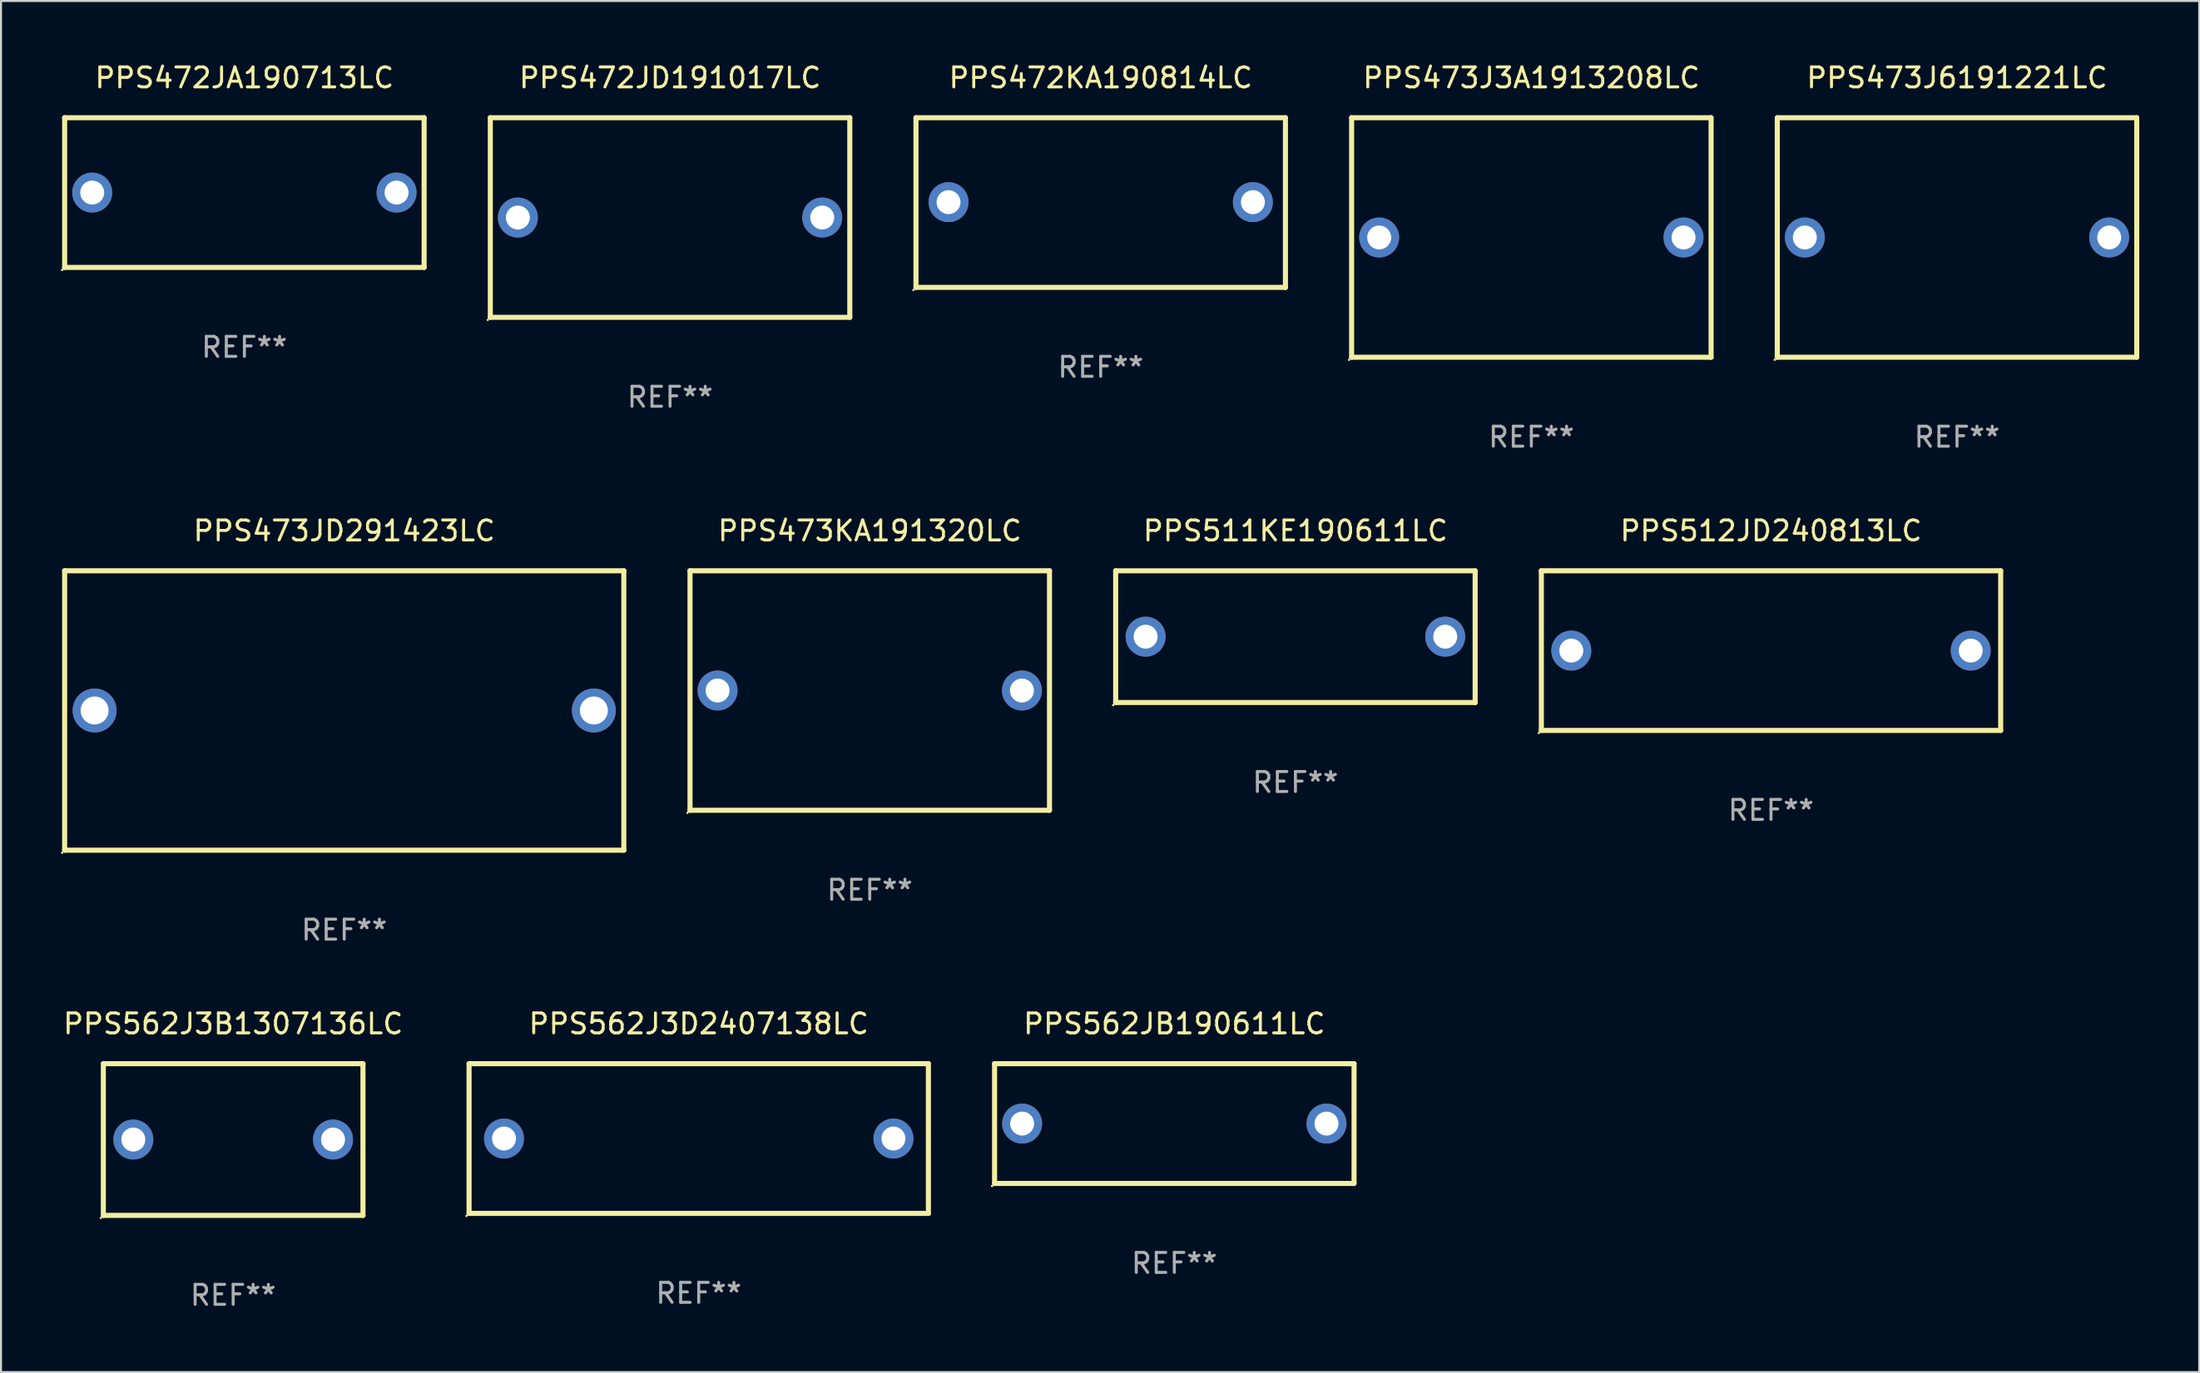
<source format=kicad_pcb>
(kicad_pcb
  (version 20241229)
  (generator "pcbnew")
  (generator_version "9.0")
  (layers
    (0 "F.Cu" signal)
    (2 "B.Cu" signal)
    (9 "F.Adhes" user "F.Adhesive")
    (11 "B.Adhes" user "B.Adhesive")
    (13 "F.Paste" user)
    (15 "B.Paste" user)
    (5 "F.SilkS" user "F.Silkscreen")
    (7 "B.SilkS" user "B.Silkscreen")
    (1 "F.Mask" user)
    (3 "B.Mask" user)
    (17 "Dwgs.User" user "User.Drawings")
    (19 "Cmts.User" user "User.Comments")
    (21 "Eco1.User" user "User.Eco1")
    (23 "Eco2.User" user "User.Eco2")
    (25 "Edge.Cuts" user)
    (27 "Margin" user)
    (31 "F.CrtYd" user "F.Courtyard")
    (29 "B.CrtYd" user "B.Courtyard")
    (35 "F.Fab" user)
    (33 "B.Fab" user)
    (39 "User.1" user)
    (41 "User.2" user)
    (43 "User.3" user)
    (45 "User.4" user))
  (footprint "PPS473KA191320LC"
    (layer "F.Cu")
    (at 40.501 31.545)
    (property "Reference" "PPS473KA191320LC" (at 0 -8 0) (layer "F.SilkS") (effects (font (size 1 1) (thickness 0.15))))
    (attr through_hole)
    (fp_line (start -9 -6) (end 9 -6) (stroke (width 0.254) (type solid)) (layer "F.SilkS"))
    (fp_line (start -9 6) (end -9 -6) (stroke (width 0.254) (type solid)) (layer "F.SilkS"))
    (fp_line (start 9 -6) (end 9 6) (stroke (width 0.254) (type solid)) (layer "F.SilkS"))
    (fp_line (start 9 6) (end -9 6) (stroke (width 0.254) (type solid)) (layer "F.SilkS"))
    (fp_circle (center -9.127 6.127) (end -9.097 6.127) (stroke (width 0.06) (type solid)) (fill no) (layer "F.SilkS"))
    (fp_text user "REF**" (at 0 10 0) (layer "F.Fab") (effects (font (size 1 1) (thickness 0.15))))
    (pad "1" thru_hole circle (at -7.62 0) (size 2 2) (drill 1.2) (layers "*.Cu" "*.Mask"))
    (pad "2" thru_hole circle (at 7.62 0) (size 2 2) (drill 1.2) (layers "*.Cu" "*.Mask")))
  (footprint "PPS562JB190611LC"
    (layer "F.Cu")
    (at 55.751 53.241)
    (property "Reference" "PPS562JB190611LC" (at 0 -5 0) (layer "F.SilkS") (effects (font (size 1 1) (thickness 0.15))))
    (attr through_hole)
    (fp_line (start -9 -3) (end 9 -3) (stroke (width 0.254) (type solid)) (layer "F.SilkS"))
    (fp_line (start -9 3) (end -9 -3) (stroke (width 0.254) (type solid)) (layer "F.SilkS"))
    (fp_line (start 9 -3) (end 9 3) (stroke (width 0.254) (type solid)) (layer "F.SilkS"))
    (fp_line (start 9 3) (end -9 3) (stroke (width 0.254) (type solid)) (layer "F.SilkS"))
    (fp_circle (center -9.127 3.127) (end -9.097 3.127) (stroke (width 0.06) (type solid)) (fill no) (layer "F.SilkS"))
    (fp_text user "REF**" (at 0 7 0) (layer "F.Fab") (effects (font (size 1 1) (thickness 0.15))))
    (pad "1" thru_hole circle (at -7.62 0) (size 2 2) (drill 1.2) (layers "*.Cu" "*.Mask"))
    (pad "2" thru_hole circle (at 7.62 0) (size 2 2) (drill 1.2) (layers "*.Cu" "*.Mask")))
  (footprint "PPS472JD191017LC"
    (layer "F.Cu")
    (at 30.501 7.848)
    (property "Reference" "PPS472JD191017LC" (at 0 -7 0) (layer "F.SilkS") (effects (font (size 1 1) (thickness 0.15))))
    (attr through_hole)
    (fp_line (start -9 -5) (end 9 -5) (stroke (width 0.254) (type solid)) (layer "F.SilkS"))
    (fp_line (start -9 5) (end -9 -5) (stroke (width 0.254) (type solid)) (layer "F.SilkS"))
    (fp_line (start 9 -5) (end 9 5) (stroke (width 0.254) (type solid)) (layer "F.SilkS"))
    (fp_line (start 9 5) (end -9 5) (stroke (width 0.254) (type solid)) (layer "F.SilkS"))
    (fp_circle (center -9.127 5.127) (end -9.097 5.127) (stroke (width 0.06) (type solid)) (fill no) (layer "F.SilkS"))
    (fp_text user "REF**" (at 0 9 0) (layer "F.Fab") (effects (font (size 1 1) (thickness 0.15))))
    (pad "1" thru_hole circle (at -7.62 0) (size 2 2) (drill 1.2) (layers "*.Cu" "*.Mask"))
    (pad "2" thru_hole circle (at 7.62 0) (size 2 2) (drill 1.2) (layers "*.Cu" "*.Mask")))
  (footprint "PPS562J3B1307136LC"
    (layer "F.Cu")
    (at 8.625 54.041)
    (property "Reference" "PPS562J3B1307136LC" (at 0 -5.8 0) (layer "F.SilkS") (effects (font (size 1 1) (thickness 0.15))))
    (attr through_hole)
    (fp_line (start -6.5 -3.8) (end -6.5 3.8) (stroke (width 0.254) (type solid)) (layer "F.SilkS"))
    (fp_line (start -6.5 -3.8) (end 6.5 -3.8) (stroke (width 0.254) (type solid)) (layer "F.SilkS"))
    (fp_line (start 6.5 3.8) (end -6.5 3.8) (stroke (width 0.254) (type solid)) (layer "F.SilkS"))
    (fp_line (start 6.5 3.8) (end 6.5 -3.8) (stroke (width 0.254) (type solid)) (layer "F.SilkS"))
    (fp_circle (center -6.627 3.927) (end -6.597 3.927) (stroke (width 0.06) (type solid)) (fill no) (layer "F.SilkS"))
    (fp_text user "REF**" (at 0 7.8 0) (layer "F.Fab") (effects (font (size 1 1) (thickness 0.15))))
    (pad "1" thru_hole circle (at -4.999 0) (size 2 2) (drill 1.2) (layers "*.Cu" "*.Mask"))
    (pad "2" thru_hole circle (at 5.001 0) (size 2 2) (drill 1.2) (layers "*.Cu" "*.Mask")))
  (footprint "PPS473J6191221LC"
    (layer "F.Cu")
    (at 94.943 8.848)
    (property "Reference" "PPS473J6191221LC" (at 0 -8 0) (layer "F.SilkS") (effects (font (size 1 1) (thickness 0.15))))
    (attr through_hole)
    (fp_line (start -9 -6) (end 9 -6) (stroke (width 0.254) (type solid)) (layer "F.SilkS"))
    (fp_line (start -9 6) (end -9 -6) (stroke (width 0.254) (type solid)) (layer "F.SilkS"))
    (fp_line (start 9 -6) (end 9 6) (stroke (width 0.254) (type solid)) (layer "F.SilkS"))
    (fp_line (start 9 6) (end -9 6) (stroke (width 0.254) (type solid)) (layer "F.SilkS"))
    (fp_circle (center -9.127 6.127) (end -9.097 6.127) (stroke (width 0.06) (type solid)) (fill no) (layer "F.SilkS"))
    (fp_text user "REF**" (at 0 10 0) (layer "F.Fab") (effects (font (size 1 1) (thickness 0.15))))
    (pad "1" thru_hole circle (at -7.62 0) (size 2 2) (drill 1.2) (layers "*.Cu" "*.Mask"))
    (pad "2" thru_hole circle (at 7.62 0) (size 2 2) (drill 1.2) (layers "*.Cu" "*.Mask")))
  (footprint "PPS473J3A1913208LC"
    (layer "F.Cu")
    (at 73.629 8.848)
    (property "Reference" "PPS473J3A1913208LC" (at 0 -8 0) (layer "F.SilkS") (effects (font (size 1 1) (thickness 0.15))))
    (attr through_hole)
    (fp_line (start -9 -6) (end 9 -6) (stroke (width 0.254) (type solid)) (layer "F.SilkS"))
    (fp_line (start -9 6) (end -9 -6) (stroke (width 0.254) (type solid)) (layer "F.SilkS"))
    (fp_line (start 9 -6) (end 9 6) (stroke (width 0.254) (type solid)) (layer "F.SilkS"))
    (fp_line (start 9 6) (end -9 6) (stroke (width 0.254) (type solid)) (layer "F.SilkS"))
    (fp_circle (center -9.127 6.127) (end -9.097 6.127) (stroke (width 0.06) (type solid)) (fill no) (layer "F.SilkS"))
    (fp_text user "REF**" (at 0 10 0) (layer "F.Fab") (effects (font (size 1 1) (thickness 0.15))))
    (pad "1" thru_hole circle (at -7.62 0) (size 2 2) (drill 1.2) (layers "*.Cu" "*.Mask"))
    (pad "2" thru_hole circle (at 7.62 0) (size 2 2) (drill 1.2) (layers "*.Cu" "*.Mask")))
  (footprint "PPS472JA190713LC"
    (layer "F.Cu")
    (at 9.187 6.598)
    (property "Reference" "PPS472JA190713LC" (at 0 -5.75 0) (layer "F.SilkS") (effects (font (size 1 1) (thickness 0.15))))
    (attr through_hole)
    (fp_line (start -9 -3.75) (end 9 -3.75) (stroke (width 0.254) (type solid)) (layer "F.SilkS"))
    (fp_line (start -9 3.75) (end -9 -3.75) (stroke (width 0.254) (type solid)) (layer "F.SilkS"))
    (fp_line (start 9 -3.75) (end 9 3.75) (stroke (width 0.254) (type solid)) (layer "F.SilkS"))
    (fp_line (start 9 3.75) (end -9 3.75) (stroke (width 0.254) (type solid)) (layer "F.SilkS"))
    (fp_circle (center -9.127 3.877) (end -9.097 3.877) (stroke (width 0.06) (type solid)) (fill no) (layer "F.SilkS"))
    (fp_text user "REF**" (at 0 7.75 0) (layer "F.Fab") (effects (font (size 1 1) (thickness 0.15))))
    (pad "1" thru_hole circle (at -7.62 0) (size 2 2) (drill 1.2) (layers "*.Cu" "*.Mask"))
    (pad "2" thru_hole circle (at 7.62 0) (size 2 2) (drill 1.2) (layers "*.Cu" "*.Mask")))
  (footprint "PPS512JD240813LC"
    (layer "F.Cu")
    (at 85.629 29.545)
    (property "Reference" "PPS512JD240813LC" (at 0 -6 0) (layer "F.SilkS") (effects (font (size 1 1) (thickness 0.15))))
    (attr through_hole)
    (fp_line (start -11.5 -4) (end -11.5 4) (stroke (width 0.254) (type solid)) (layer "F.SilkS"))
    (fp_line (start -11.5 -4) (end 11.5 -4) (stroke (width 0.254) (type solid)) (layer "F.SilkS"))
    (fp_line (start -11.5 4) (end 11.5 4) (stroke (width 0.254) (type solid)) (layer "F.SilkS"))
    (fp_line (start 11.5 -4) (end 11.5 4) (stroke (width 0.254) (type solid)) (layer "F.SilkS"))
    (fp_circle (center -11.627 4.127) (end -11.597 4.127) (stroke (width 0.06) (type solid)) (fill no) (layer "F.SilkS"))
    (fp_text user "REF**" (at 0 8 0) (layer "F.Fab") (effects (font (size 1 1) (thickness 0.15))))
    (pad "1" thru_hole circle (at -10 0) (size 2 2) (drill 1.2) (layers "*.Cu" "*.Mask"))
    (pad "2" thru_hole circle (at 10 0) (size 2 2) (drill 1.2) (layers "*.Cu" "*.Mask")))
  (footprint "PPS562J3D2407138LC"
    (layer "F.Cu")
    (at 31.937 53.991)
    (property "Reference" "PPS562J3D2407138LC" (at 0 -5.75 0) (layer "F.SilkS") (effects (font (size 1 1) (thickness 0.15))))
    (attr through_hole)
    (fp_line (start -11.5 -3.75) (end 11.5 -3.75) (stroke (width 0.254) (type solid)) (layer "F.SilkS"))
    (fp_line (start -11.5 3.75) (end -11.5 -3.75) (stroke (width 0.254) (type solid)) (layer "F.SilkS"))
    (fp_line (start 11.5 -3.75) (end 11.5 3.75) (stroke (width 0.254) (type solid)) (layer "F.SilkS"))
    (fp_line (start 11.5 3.75) (end -11.5 3.75) (stroke (width 0.254) (type solid)) (layer "F.SilkS"))
    (fp_circle (center -11.627 3.877) (end -11.597 3.877) (stroke (width 0.06) (type solid)) (fill no) (layer "F.SilkS"))
    (fp_text user "REF**" (at 0 7.75 0) (layer "F.Fab") (effects (font (size 1 1) (thickness 0.15))))
    (pad "1" thru_hole circle (at -9.75 0) (size 2 2) (drill 1.2) (layers "*.Cu" "*.Mask"))
    (pad "2" thru_hole circle (at 9.75 0) (size 2 2) (drill 1.2) (layers "*.Cu" "*.Mask")))
  (footprint "PPS473JD291423LC"
    (layer "F.Cu")
    (at 14.187 32.545)
    (property "Reference" "PPS473JD291423LC" (at 0 -9 0) (layer "F.SilkS") (effects (font (size 1 1) (thickness 0.15))))
    (attr through_hole)
    (fp_line (start -14 -7) (end 14 -7) (stroke (width 0.254) (type solid)) (layer "F.SilkS"))
    (fp_line (start -14 7) (end -14 -7) (stroke (width 0.254) (type solid)) (layer "F.SilkS"))
    (fp_line (start 14 -7) (end 14 7) (stroke (width 0.254) (type solid)) (layer "F.SilkS"))
    (fp_line (start 14 7) (end -14 7) (stroke (width 0.254) (type solid)) (layer "F.SilkS"))
    (fp_circle (center -14.127 7.127) (end -14.097 7.127) (stroke (width 0.06) (type solid)) (fill no) (layer "F.SilkS"))
    (fp_text user "REF**" (at 0 11 0) (layer "F.Fab") (effects (font (size 1 1) (thickness 0.15))))
    (pad "1" thru_hole circle (at -12.499 0) (size 2.2 2.2) (drill 1.4) (layers "*.Cu" "*.Mask"))
    (pad "2" thru_hole circle (at 12.499 0) (size 2.2 2.2) (drill 1.4) (layers "*.Cu" "*.Mask")))
  (footprint "PPS511KE190611LC"
    (layer "F.Cu")
    (at 61.815 28.847)
    (property "Reference" "PPS511KE190611LC" (at 0 -5.302 0) (layer "F.SilkS") (effects (font (size 1 1) (thickness 0.15))))
    (attr through_hole)
    (fp_line (start -9 -3.302) (end -9 3.3) (stroke (width 0.254) (type solid)) (layer "F.SilkS"))
    (fp_line (start -9 -3.3) (end 9 -3.3) (stroke (width 0.254) (type solid)) (layer "F.SilkS"))
    (fp_line (start 9 3.3) (end -9 3.3) (stroke (width 0.254) (type solid)) (layer "F.SilkS"))
    (fp_line (start 9 3.302) (end 9 -3.3) (stroke (width 0.254) (type solid)) (layer "F.SilkS"))
    (fp_circle (center -9.127 3.429) (end -9.097 3.429) (stroke (width 0.06) (type solid)) (fill no) (layer "F.SilkS"))
    (fp_text user "REF**" (at 0 7.302 0) (layer "F.Fab") (effects (font (size 1 1) (thickness 0.15))))
    (pad "1" thru_hole circle (at -7.501 0) (size 2 2) (drill 1.2) (layers "*.Cu" "*.Mask"))
    (pad "2" thru_hole circle (at 7.501 0) (size 2 2) (drill 1.2) (layers "*.Cu" "*.Mask")))
  (footprint "PPS472KA190814LC"
    (layer "F.Cu")
    (at 52.065 7.098)
    (property "Reference" "PPS472KA190814LC" (at 0 -6.25 0) (layer "F.SilkS") (effects (font (size 1 1) (thickness 0.15))))
    (attr through_hole)
    (fp_line (start -9.25 -4.25) (end 9.25 -4.25) (stroke (width 0.254) (type solid)) (layer "F.SilkS"))
    (fp_line (start -9.25 4.25) (end -9.25 -4.25) (stroke (width 0.254) (type solid)) (layer "F.SilkS"))
    (fp_line (start 9.25 -4.25) (end 9.25 4.25) (stroke (width 0.254) (type solid)) (layer "F.SilkS"))
    (fp_line (start 9.25 4.25) (end -9.25 4.25) (stroke (width 0.254) (type solid)) (layer "F.SilkS"))
    (fp_circle (center -9.377 4.377) (end -9.347 4.377) (stroke (width 0.06) (type solid)) (fill no) (layer "F.SilkS"))
    (fp_text user "REF**" (at 0 8.25 0) (layer "F.Fab") (effects (font (size 1 1) (thickness 0.15))))
    (pad "1" thru_hole circle (at -7.62 -0.02) (size 2 2) (drill 1.2) (layers "*.Cu" "*.Mask"))
    (pad "2" thru_hole circle (at 7.62 -0.02) (size 2 2) (drill 1.2) (layers "*.Cu" "*.Mask")))
  (gr_rect
    (start -3 -3)
    (end 107.07 65.69)
    (stroke (width 0.1) (type default))
    (fill no)
    (layer "Edge.Cuts")))
</source>
